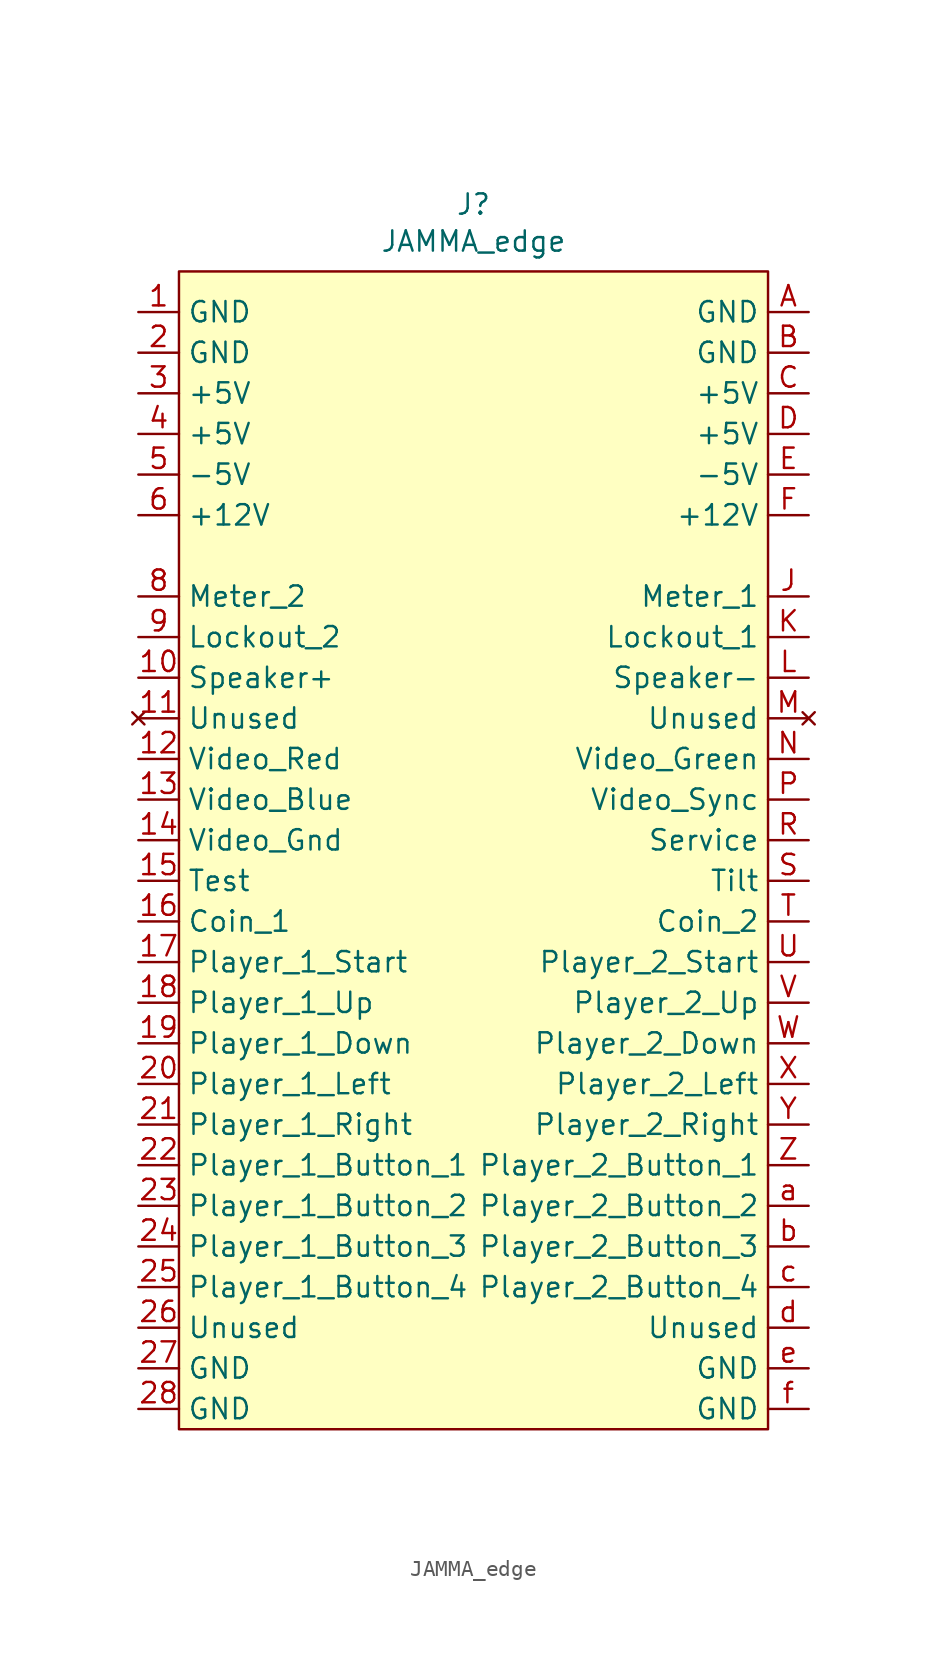
<source format=kicad_sym>
(kicad_symbol_lib
  (version 20211014)
  (generator kicad_symbol_editor)
  (symbol "JAMMA_edge"
    (property "Reference" "J"
      (at 18.415 4.191 0)
      (effects (font (size 1.27 1.27))))
    (property "Value" "JAMMA_edge"
      (at 18.415 1.88 0)
      (effects (font (size 1.27 1.27))))
    (symbol "JAMMA_edge_0_1"
      (rectangle (start 0 0) (end 36.83 -72.39) (stroke (width 0) (type default) (color 0 0 0 0)) (fill (type background))))
    (symbol "JAMMA_edge_1_1"
      (pin power_out line (at -2.54 -2.54 0) (length 2.54) (name "GND" (effects (font (size 1.27 1.27)))) (number "1" (effects (font (size 1.27 1.27)))))
      (pin input line (at -2.54 -25.4 0) (length 2.54) (name "Speaker+" (effects (font (size 1.27 1.27)))) (number "10" (effects (font (size 1.27 1.27)))))
      (pin no_connect line (at -2.54 -27.94 0) (length 2.54) (name "Unused" (effects (font (size 1.27 1.27)))) (number "11" (effects (font (size 1.27 1.27)))))
      (pin input line (at -2.54 -30.48 0) (length 2.54) (name "Video_Red" (effects (font (size 1.27 1.27)))) (number "12" (effects (font (size 1.27 1.27)))))
      (pin input line (at -2.54 -33.02 0) (length 2.54) (name "Video_Blue" (effects (font (size 1.27 1.27)))) (number "13" (effects (font (size 1.27 1.27)))))
      (pin power_out line (at -2.54 -35.56 0) (length 2.54) (name "Video_Gnd" (effects (font (size 1.27 1.27)))) (number "14" (effects (font (size 1.27 1.27)))))
      (pin open_collector line (at -2.54 -38.1 0) (length 2.54) (name "Test" (effects (font (size 1.27 1.27)))) (number "15" (effects (font (size 1.27 1.27)))))
      (pin output line (at -2.54 -40.64 0) (length 2.54) (name "Coin_1" (effects (font (size 1.27 1.27)))) (number "16" (effects (font (size 1.27 1.27)))))
      (pin output line (at -2.54 -43.18 0) (length 2.54) (name "Player_1_Start" (effects (font (size 1.27 1.27)))) (number "17" (effects (font (size 1.27 1.27)))))
      (pin output line (at -2.54 -45.72 0) (length 2.54) (name "Player_1_Up" (effects (font (size 1.27 1.27)))) (number "18" (effects (font (size 1.27 1.27)))))
      (pin output line (at -2.54 -48.26 0) (length 2.54) (name "Player_1_Down" (effects (font (size 1.27 1.27)))) (number "19" (effects (font (size 1.27 1.27)))))
      (pin passive line (at -2.54 -5.08 0) (length 2.54) (name "GND" (effects (font (size 1.27 1.27)))) (number "2" (effects (font (size 1.27 1.27)))))
      (pin output line (at -2.54 -50.8 0) (length 2.54) (name "Player_1_Left" (effects (font (size 1.27 1.27)))) (number "20" (effects (font (size 1.27 1.27)))))
      (pin output line (at -2.54 -53.34 0) (length 2.54) (name "Player_1_Right" (effects (font (size 1.27 1.27)))) (number "21" (effects (font (size 1.27 1.27)))))
      (pin output line (at -2.54 -55.88 0) (length 2.54) (name "Player_1_Button_1" (effects (font (size 1.27 1.27)))) (number "22" (effects (font (size 1.27 1.27)))))
      (pin output line (at -2.54 -58.42 0) (length 2.54) (name "Player_1_Button_2" (effects (font (size 1.27 1.27)))) (number "23" (effects (font (size 1.27 1.27)))))
      (pin output line (at -2.54 -60.96 0) (length 2.54) (name "Player_1_Button_3" (effects (font (size 1.27 1.27)))) (number "24" (effects (font (size 1.27 1.27)))))
      (pin output line (at -2.54 -63.5 0) (length 2.54) (name "Player_1_Button_4" (effects (font (size 1.27 1.27)))) (number "25" (effects (font (size 1.27 1.27)))))
      (pin passive line (at -2.54 -66.04 0) (length 2.54) (name "Unused" (effects (font (size 1.27 1.27)))) (number "26" (effects (font (size 1.27 1.27)))))
      (pin passive line (at -2.54 -68.58 0) (length 2.54) (name "GND" (effects (font (size 1.27 1.27)))) (number "27" (effects (font (size 1.27 1.27)))))
      (pin passive line (at -2.54 -71.12 0) (length 2.54) (name "GND" (effects (font (size 1.27 1.27)))) (number "28" (effects (font (size 1.27 1.27)))))
      (pin power_out line (at -2.54 -7.62 0) (length 2.54) (name "+5V" (effects (font (size 1.27 1.27)))) (number "3" (effects (font (size 1.27 1.27)))))
      (pin passive line (at -2.54 -10.16 0) (length 2.54) (name "+5V" (effects (font (size 1.27 1.27)))) (number "4" (effects (font (size 1.27 1.27)))))
      (pin power_out line (at -2.54 -12.7 0) (length 2.54) (name "-5V" (effects (font (size 1.27 1.27)))) (number "5" (effects (font (size 1.27 1.27)))))
      (pin power_out line (at -2.54 -15.24 0) (length 2.54) (name "+12V" (effects (font (size 1.27 1.27)))) (number "6" (effects (font (size 1.27 1.27)))))
      (pin open_collector line (at -2.54 -20.32 0) (length 2.54) (name "Meter_2" (effects (font (size 1.27 1.27)))) (number "8" (effects (font (size 1.27 1.27)))))
      (pin open_collector line (at -2.54 -22.86 0) (length 2.54) (name "Lockout_2" (effects (font (size 1.27 1.27)))) (number "9" (effects (font (size 1.27 1.27)))))
      (pin passive line (at 39.37 -2.54 180) (length 2.54) (name "GND" (effects (font (size 1.27 1.27)))) (number "A" (effects (font (size 1.27 1.27)))))
      (pin passive line (at 39.37 -5.08 180) (length 2.54) (name "GND" (effects (font (size 1.27 1.27)))) (number "B" (effects (font (size 1.27 1.27)))))
      (pin passive line (at 39.37 -7.62 180) (length 2.54) (name "+5V" (effects (font (size 1.27 1.27)))) (number "C" (effects (font (size 1.27 1.27)))))
      (pin passive line (at 39.37 -10.16 180) (length 2.54) (name "+5V" (effects (font (size 1.27 1.27)))) (number "D" (effects (font (size 1.27 1.27)))))
      (pin passive line (at 39.37 -12.7 180) (length 2.54) (name "-5V" (effects (font (size 1.27 1.27)))) (number "E" (effects (font (size 1.27 1.27)))))
      (pin passive line (at 39.37 -15.24 180) (length 2.54) (name "+12V" (effects (font (size 1.27 1.27)))) (number "F" (effects (font (size 1.27 1.27)))))
      (pin open_collector line (at 39.37 -20.32 180) (length 2.54) (name "Meter_1" (effects (font (size 1.27 1.27)))) (number "J" (effects (font (size 1.27 1.27)))))
      (pin open_collector line (at 39.37 -22.86 180) (length 2.54) (name "Lockout_1" (effects (font (size 1.27 1.27)))) (number "K" (effects (font (size 1.27 1.27)))))
      (pin input line (at 39.37 -25.4 180) (length 2.54) (name "Speaker-" (effects (font (size 1.27 1.27)))) (number "L" (effects (font (size 1.27 1.27)))))
      (pin no_connect line (at 39.37 -27.94 180) (length 2.54) (name "Unused" (effects (font (size 1.27 1.27)))) (number "M" (effects (font (size 1.27 1.27)))))
      (pin input line (at 39.37 -30.48 180) (length 2.54) (name "Video_Green" (effects (font (size 1.27 1.27)))) (number "N" (effects (font (size 1.27 1.27)))))
      (pin input line (at 39.37 -33.02 180) (length 2.54) (name "Video_Sync" (effects (font (size 1.27 1.27)))) (number "P" (effects (font (size 1.27 1.27)))))
      (pin open_collector line (at 39.37 -35.56 180) (length 2.54) (name "Service" (effects (font (size 1.27 1.27)))) (number "R" (effects (font (size 1.27 1.27)))))
      (pin open_collector line (at 39.37 -38.1 180) (length 2.54) (name "Tilt" (effects (font (size 1.27 1.27)))) (number "S" (effects (font (size 1.27 1.27)))))
      (pin output line (at 39.37 -40.64 180) (length 2.54) (name "Coin_2" (effects (font (size 1.27 1.27)))) (number "T" (effects (font (size 1.27 1.27)))))
      (pin output line (at 39.37 -43.18 180) (length 2.54) (name "Player_2_Start" (effects (font (size 1.27 1.27)))) (number "U" (effects (font (size 1.27 1.27)))))
      (pin output line (at 39.37 -45.72 180) (length 2.54) (name "Player_2_Up" (effects (font (size 1.27 1.27)))) (number "V" (effects (font (size 1.27 1.27)))))
      (pin output line (at 39.37 -48.26 180) (length 2.54) (name "Player_2_Down" (effects (font (size 1.27 1.27)))) (number "W" (effects (font (size 1.27 1.27)))))
      (pin output line (at 39.37 -50.8 180) (length 2.54) (name "Player_2_Left" (effects (font (size 1.27 1.27)))) (number "X" (effects (font (size 1.27 1.27)))))
      (pin output line (at 39.37 -53.34 180) (length 2.54) (name "Player_2_Right" (effects (font (size 1.27 1.27)))) (number "Y" (effects (font (size 1.27 1.27)))))
      (pin output line (at 39.37 -55.88 180) (length 2.54) (name "Player_2_Button_1" (effects (font (size 1.27 1.27)))) (number "Z" (effects (font (size 1.27 1.27)))))
      (pin output line (at 39.37 -58.42 180) (length 2.54) (name "Player_2_Button_2" (effects (font (size 1.27 1.27)))) (number "a" (effects (font (size 1.27 1.27)))))
      (pin output line (at 39.37 -60.96 180) (length 2.54) (name "Player_2_Button_3" (effects (font (size 1.27 1.27)))) (number "b" (effects (font (size 1.27 1.27)))))
      (pin output line (at 39.37 -63.5 180) (length 2.54) (name "Player_2_Button_4" (effects (font (size 1.27 1.27)))) (number "c" (effects (font (size 1.27 1.27)))))
      (pin passive line (at 39.37 -66.04 180) (length 2.54) (name "Unused" (effects (font (size 1.27 1.27)))) (number "d" (effects (font (size 1.27 1.27)))))
      (pin passive line (at 39.37 -68.58 180) (length 2.54) (name "GND" (effects (font (size 1.27 1.27)))) (number "e" (effects (font (size 1.27 1.27)))))
      (pin passive line (at 39.37 -71.12 180) (length 2.54) (name "GND" (effects (font (size 1.27 1.27)))) (number "f" (effects (font (size 1.27 1.27))))))))
</source>
